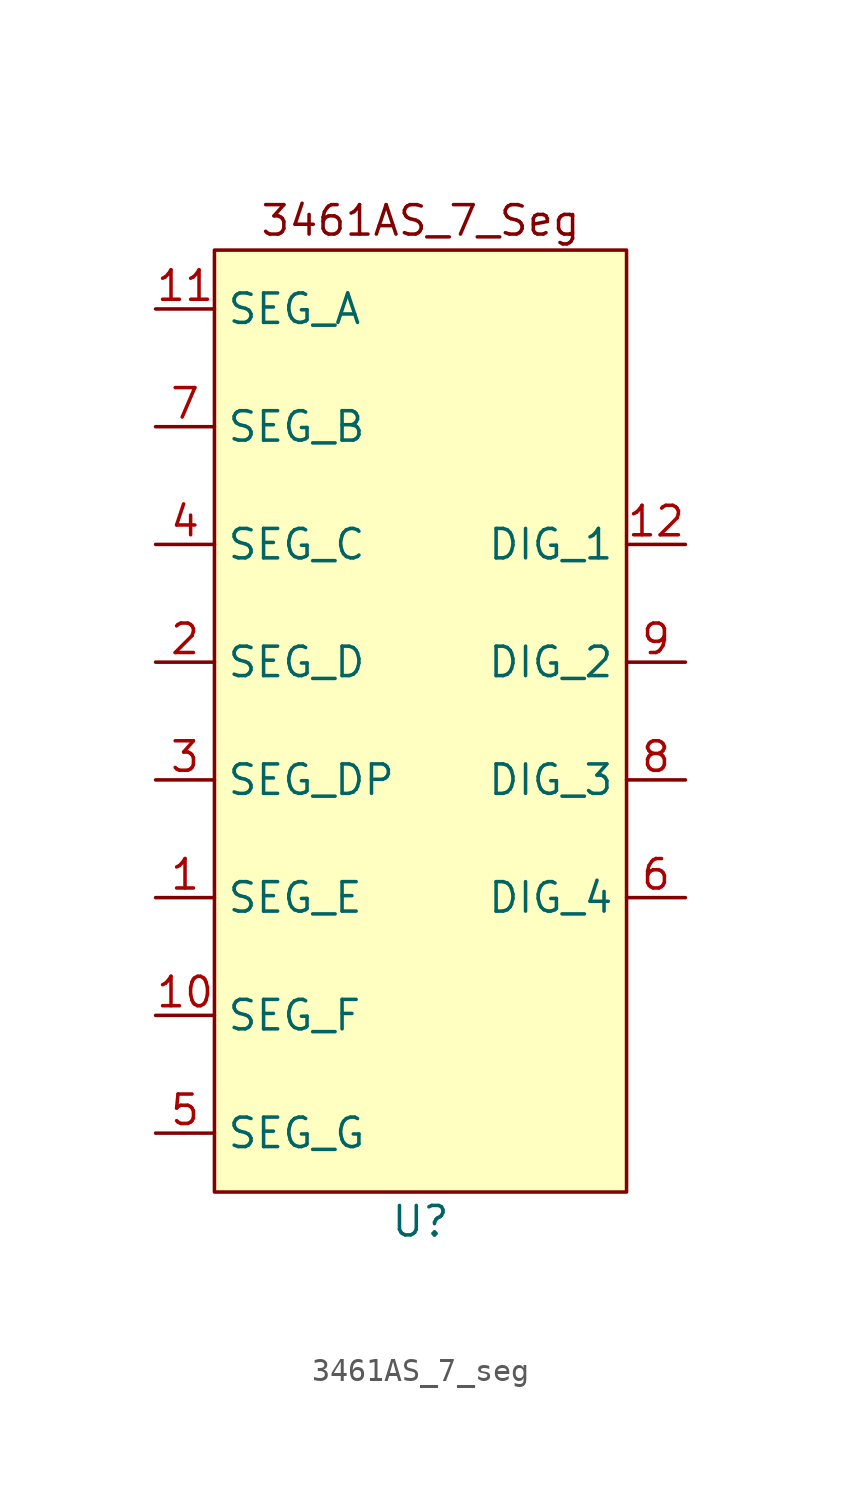
<source format=kicad_sym>
(kicad_symbol_lib
  (version 20241209)
  (generator "kicad_symbol_editor")
  (generator_version "9.0")
  (symbol "3461AS_7_seg"
    (property "Reference" "U"
      (at 0 -21.59 0)
      (effects (font (size 1.27 1.27))))
    (property "Value" ""
      (at 0 0 0)
      (effects (font (size 1.27 1.27))))
    (symbol "3461AS_7_seg_1_1"
      (rectangle (start -8.89 20.32) (end 8.89 -20.32) (stroke (width 0) (type solid)) (fill (type background)))
      (text "3461AS_7_Seg" (at 0 21.59 0) (effects (font (size 1.27 1.27))))
      (pin input line (at -11.43 17.78 0) (length 2.54) (name "SEG_A" (effects (font (size 1.27 1.27)))) (number "11" (effects (font (size 1.27 1.27)))))
      (pin input line (at -11.43 12.7 0) (length 2.54) (name "SEG_B" (effects (font (size 1.27 1.27)))) (number "7" (effects (font (size 1.27 1.27)))))
      (pin input line (at -11.43 7.62 0) (length 2.54) (name "SEG_C" (effects (font (size 1.27 1.27)))) (number "4" (effects (font (size 1.27 1.27)))))
      (pin input line (at -11.43 2.54 0) (length 2.54) (name "SEG_D" (effects (font (size 1.27 1.27)))) (number "2" (effects (font (size 1.27 1.27)))))
      (pin input line (at -11.43 -2.54 0) (length 2.54) (name "SEG_DP" (effects (font (size 1.27 1.27)))) (number "3" (effects (font (size 1.27 1.27)))))
      (pin input line (at -11.43 -7.62 0) (length 2.54) (name "SEG_E" (effects (font (size 1.27 1.27)))) (number "1" (effects (font (size 1.27 1.27)))))
      (pin input line (at -11.43 -12.7 0) (length 2.54) (name "SEG_F" (effects (font (size 1.27 1.27)))) (number "10" (effects (font (size 1.27 1.27)))))
      (pin input line (at -11.43 -17.78 0) (length 2.54) (name "SEG_G" (effects (font (size 1.27 1.27)))) (number "5" (effects (font (size 1.27 1.27)))))
      (pin input line (at 11.43 7.62 180) (length 2.54) (name "DIG_1" (effects (font (size 1.27 1.27)))) (number "12" (effects (font (size 1.27 1.27)))))
      (pin input line (at 11.43 2.54 180) (length 2.54) (name "DIG_2" (effects (font (size 1.27 1.27)))) (number "9" (effects (font (size 1.27 1.27)))))
      (pin input line (at 11.43 -2.54 180) (length 2.54) (name "DIG_3" (effects (font (size 1.27 1.27)))) (number "8" (effects (font (size 1.27 1.27)))))
      (pin input line (at 11.43 -7.62 180) (length 2.54) (name "DIG_4" (effects (font (size 1.27 1.27)))) (number "6" (effects (font (size 1.27 1.27))))))))
</source>
